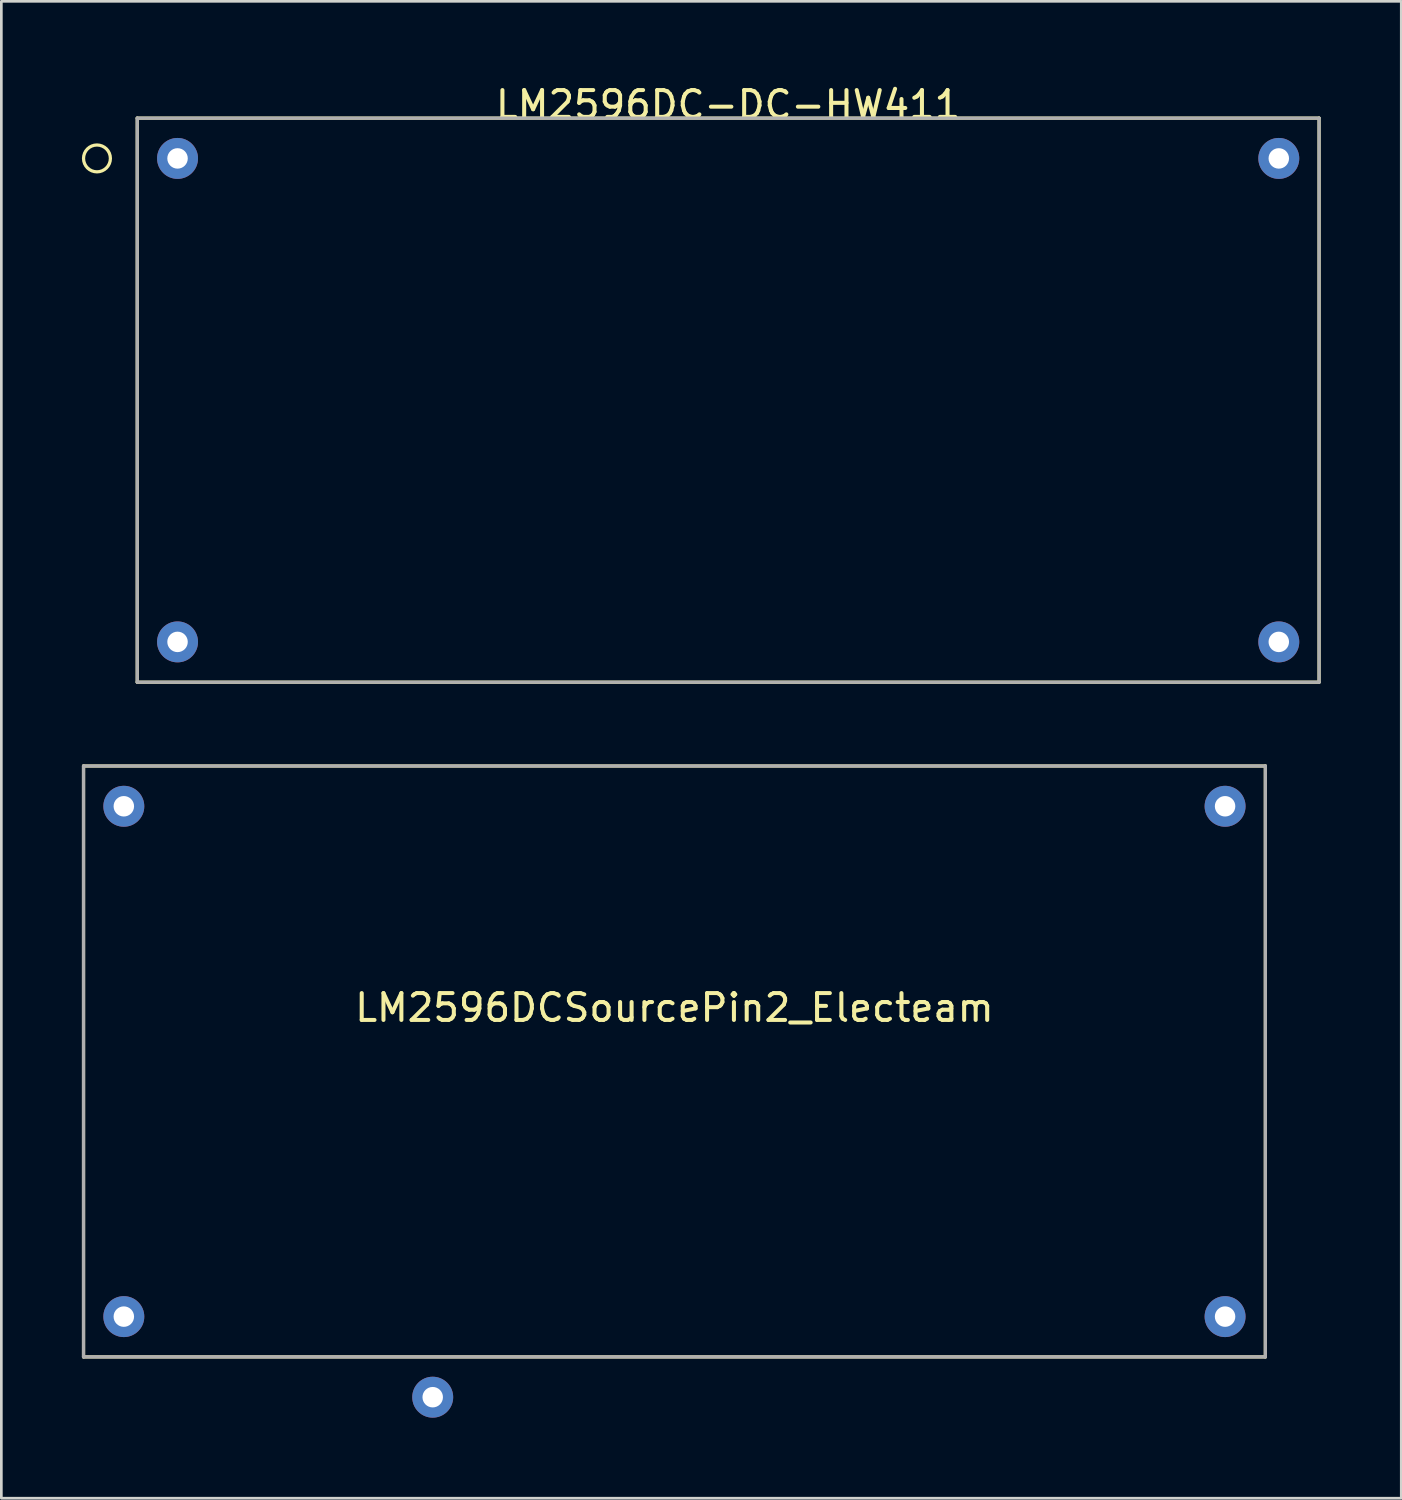
<source format=kicad_pcb>
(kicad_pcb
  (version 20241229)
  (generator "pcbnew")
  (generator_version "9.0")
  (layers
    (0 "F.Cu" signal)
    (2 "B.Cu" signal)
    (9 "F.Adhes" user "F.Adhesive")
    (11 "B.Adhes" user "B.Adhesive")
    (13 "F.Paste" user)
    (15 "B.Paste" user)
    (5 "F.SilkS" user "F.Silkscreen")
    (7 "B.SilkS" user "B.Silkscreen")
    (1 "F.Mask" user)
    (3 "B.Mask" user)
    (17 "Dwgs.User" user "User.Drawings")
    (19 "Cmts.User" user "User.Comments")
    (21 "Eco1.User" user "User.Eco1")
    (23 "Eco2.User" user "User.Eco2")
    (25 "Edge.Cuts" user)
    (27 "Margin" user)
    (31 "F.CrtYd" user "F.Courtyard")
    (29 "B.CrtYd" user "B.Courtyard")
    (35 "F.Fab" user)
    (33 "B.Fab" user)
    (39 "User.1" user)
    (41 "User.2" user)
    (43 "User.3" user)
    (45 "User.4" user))
  (footprint "LM2596DC-DC-HW411"
    (layer "F.Cu")
    (at 24.06 11.848)
    (property "Reference" "LM2596DC-DC-HW411" (at 0 -11 0) (layer "F.SilkS") (effects (font (size 1 1) (thickness 0.15))))
    (attr through_hole)
    (fp_line (start -22 -10.5) (end -22 10.5) (stroke (width 0.12) (type solid)) (layer "F.SilkS"))
    (fp_line (start -22 10.5) (end 22 10.5) (stroke (width 0.12) (type solid)) (layer "F.SilkS"))
    (fp_line (start 22 -10.5) (end -22 -10.5) (stroke (width 0.12) (type solid)) (layer "F.SilkS"))
    (fp_line (start 22 10.5) (end 22 -10.5) (stroke (width 0.12) (type solid)) (layer "F.SilkS"))
    (fp_circle (center -23.5 -9) (end -23 -9) (stroke (width 0.12) (type solid)) (fill no) (layer "F.SilkS"))
    (fp_line (start -22 -10.5) (end -22 10.5) (stroke (width 0.12) (type solid)) (layer "F.Fab"))
    (fp_line (start -22 10.5) (end 22 10.5) (stroke (width 0.12) (type solid)) (layer "F.Fab"))
    (fp_line (start 22 -10.5) (end -22 -10.5) (stroke (width 0.12) (type solid)) (layer "F.Fab"))
    (fp_line (start 22 10.5) (end 22 -10.5) (stroke (width 0.12) (type solid)) (layer "F.Fab"))
    (pad "1" thru_hole circle (at -20.5 -9) (size 1.524 1.524) (drill 0.762) (layers "*.Cu" "*.Mask"))
    (pad "2" thru_hole circle (at -20.5 9) (size 1.524 1.524) (drill 0.762) (layers "*.Cu" "*.Mask"))
    (pad "3" thru_hole circle (at 20.5 -9) (size 1.524 1.524) (drill 0.762) (layers "*.Cu" "*.Mask"))
    (pad "4" thru_hole circle (at 20.5 9) (size 1.524 1.524) (drill 0.762) (layers "*.Cu" "*.Mask")))
  (footprint "LM2596DCSourcePin2_Electeam"
    (layer "F.Cu")
    (at 22.06 36.968)
    (property "Reference" "LM2596DCSourcePin2_Electeam" (at 0 -2.5 0) (layer "F.SilkS") (effects (font (size 1 1) (thickness 0.15))))
    (attr through_hole)
    (fp_line (start -22 -11.5) (end -22 10.5) (stroke (width 0.12) (type solid)) (layer "F.SilkS"))
    (fp_line (start -22 10.5) (end 22 10.5) (stroke (width 0.12) (type solid)) (layer "F.SilkS"))
    (fp_line (start 22 -11.5) (end -22 -11.5) (stroke (width 0.12) (type solid)) (layer "F.SilkS"))
    (fp_line (start 22 10.5) (end 22 -11.5) (stroke (width 0.12) (type solid)) (layer "F.SilkS"))
    (fp_line (start -22 -11.5) (end -22 10.5) (stroke (width 0.12) (type solid)) (layer "F.Fab"))
    (fp_line (start -22 10.5) (end 22 10.5) (stroke (width 0.12) (type solid)) (layer "F.Fab"))
    (fp_line (start 22 -11.5) (end -22 -11.5) (stroke (width 0.12) (type solid)) (layer "F.Fab"))
    (fp_line (start 22 10.5) (end 22 -11.5) (stroke (width 0.12) (type solid)) (layer "F.Fab"))
    (pad "1" thru_hole circle (at -20.5 -10) (size 1.524 1.524) (drill 0.762) (layers "*.Cu" "*.Mask"))
    (pad "2" thru_hole circle (at -20.5 9) (size 1.524 1.524) (drill 0.762) (layers "*.Cu" "*.Mask"))
    (pad "3" thru_hole circle (at 20.5 -10) (size 1.524 1.524) (drill 0.762) (layers "*.Cu" "*.Mask"))
    (pad "4" thru_hole circle (at -9 12) (size 1.524 1.524) (drill 0.762) (layers "*.Cu" "*.Mask"))
    (pad "5" thru_hole circle (at 20.5 9) (size 1.524 1.524) (drill 0.762) (layers "*.Cu" "*.Mask")))
  (gr_rect
    (start -3 -3)
    (end 49.12 52.73)
    (stroke (width 0.1) (type default))
    (fill no)
    (layer "Edge.Cuts")))
</source>
